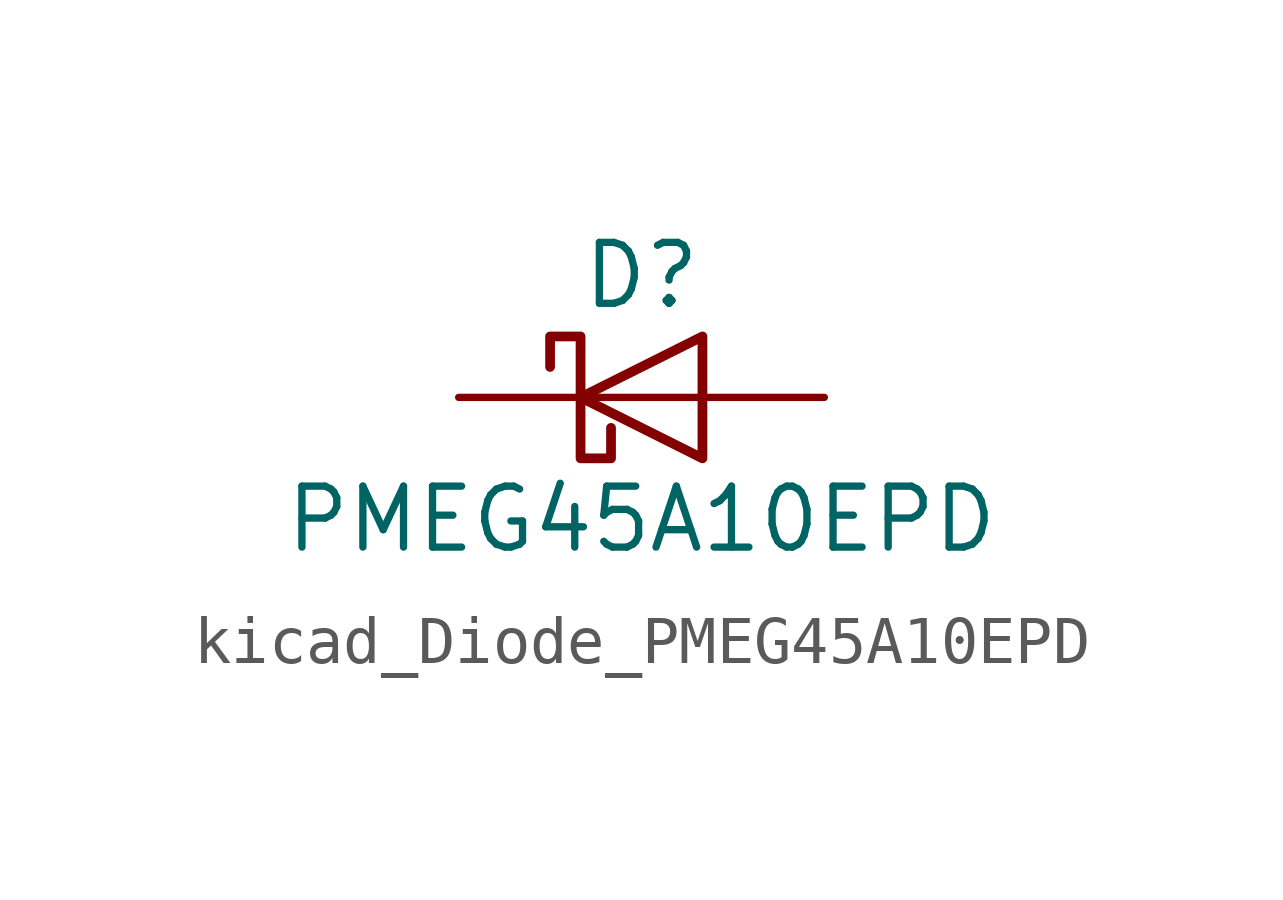
<source format=kicad_sym>
(kicad_symbol_lib
  (version 20220914)
  (generator kicad_symbol_editor)
  (symbol "kicad_Diode_PMEG45A10EPD"
    (pin_numbers hide)
    (pin_names hide)
    (property "Reference" "D"
      (at 0 2.54 0)
      (effects (font (size 1.27 1.27))))
    (property "Value" "PMEG45A10EPD"
      (at 0 -2.54 0)
      (effects (font (size 1.27 1.27))))
    (symbol "kicad_Diode_PMEG45A10EPD_0_1"
      (polyline (pts (xy 1.27 0) (xy -1.27 0)) (stroke (width 0) (type default)) (fill (type none)))
      (polyline (pts (xy 1.27 1.27) (xy 1.27 -1.27) (xy -1.27 0) (xy 1.27 1.27)) (stroke (width 0.203) (type default)) (fill (type none)))
      (polyline (pts (xy -1.905 0.635) (xy -1.905 1.27) (xy -1.27 1.27) (xy -1.27 -1.27) (xy -0.635 -1.27) (xy -0.635 -0.635)) (stroke (width 0.203) (type default)) (fill (type none))))
    (symbol "kicad_Diode_PMEG45A10EPD_1_1"
      (pin passive line (at 3.81 0 180) (length 2.54) (name "A" (effects (font (size 1.27 1.27)))) (number "1" (effects (font (size 1.27 1.27)))))
      (pin passive line (at 3.81 0 180) (length 2.54) hide (name "A" (effects (font (size 1.27 1.27)))) (number "2" (effects (font (size 1.27 1.27)))))
      (pin passive line (at -3.81 0 0) (length 2.54) (name "K" (effects (font (size 1.27 1.27)))) (number "3" (effects (font (size 1.27 1.27))))))))
</source>
